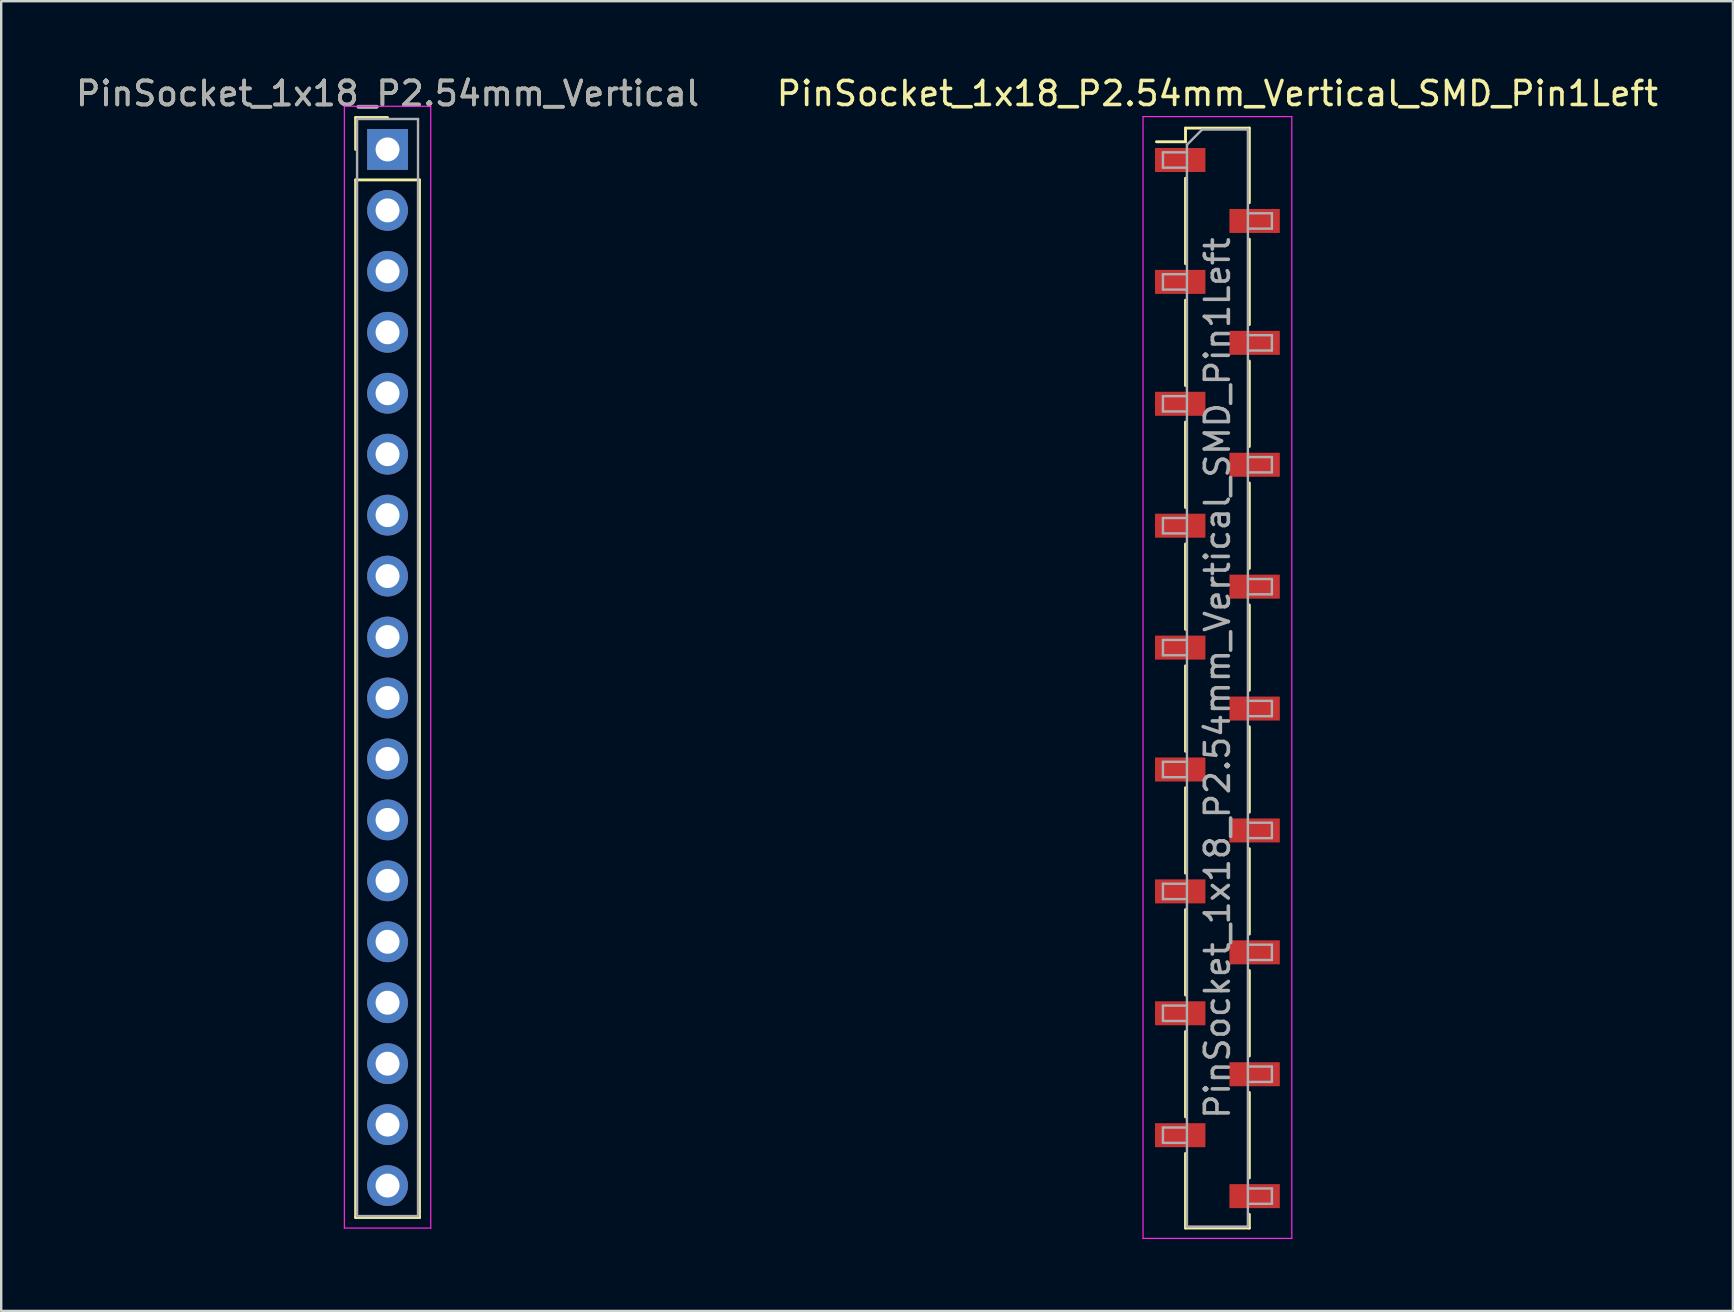
<source format=kicad_pcb>
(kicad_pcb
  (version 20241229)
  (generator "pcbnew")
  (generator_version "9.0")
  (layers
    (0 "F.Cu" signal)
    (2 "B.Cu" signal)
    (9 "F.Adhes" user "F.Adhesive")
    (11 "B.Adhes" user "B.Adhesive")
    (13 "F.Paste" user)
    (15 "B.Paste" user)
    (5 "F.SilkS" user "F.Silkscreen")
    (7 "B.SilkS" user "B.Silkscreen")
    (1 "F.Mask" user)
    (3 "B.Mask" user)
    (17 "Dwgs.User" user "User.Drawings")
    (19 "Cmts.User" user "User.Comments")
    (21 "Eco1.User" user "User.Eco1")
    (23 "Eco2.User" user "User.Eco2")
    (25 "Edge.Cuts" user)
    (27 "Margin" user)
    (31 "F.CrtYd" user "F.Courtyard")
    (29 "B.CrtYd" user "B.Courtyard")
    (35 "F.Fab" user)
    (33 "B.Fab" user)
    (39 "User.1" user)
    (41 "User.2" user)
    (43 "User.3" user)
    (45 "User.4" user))
  (footprint "PinSocket_1x18_P2.54mm_Vertical_SMD_Pin1Left"
    (layer "F.Cu")
    (at 47.685 25.208)
    (property "Reference" "PinSocket_1x18_P2.54mm_Vertical_SMD_Pin1Left" (at 0 -24.36 0) (layer "F.SilkS") (effects (font (size 1 1) (thickness 0.15))))
    (attr smd)
    (fp_line (start -2.54 -22.35) (end -1.33 -22.35) (stroke (width 0.12) (type solid)) (layer "F.SilkS"))
    (fp_line (start -1.33 -22.92) (end -1.33 -22.35) (stroke (width 0.12) (type solid)) (layer "F.SilkS"))
    (fp_line (start -1.33 -22.92) (end 1.33 -22.92) (stroke (width 0.12) (type solid)) (layer "F.SilkS"))
    (fp_line (start -1.33 -20.83) (end -1.33 -17.27) (stroke (width 0.12) (type solid)) (layer "F.SilkS"))
    (fp_line (start -1.33 -15.75) (end -1.33 -12.19) (stroke (width 0.12) (type solid)) (layer "F.SilkS"))
    (fp_line (start -1.33 -10.67) (end -1.33 -7.11) (stroke (width 0.12) (type solid)) (layer "F.SilkS"))
    (fp_line (start -1.33 -5.59) (end -1.33 -2.03) (stroke (width 0.12) (type solid)) (layer "F.SilkS"))
    (fp_line (start -1.33 -0.51) (end -1.33 3.05) (stroke (width 0.12) (type solid)) (layer "F.SilkS"))
    (fp_line (start -1.33 4.57) (end -1.33 8.13) (stroke (width 0.12) (type solid)) (layer "F.SilkS"))
    (fp_line (start -1.33 9.65) (end -1.33 13.21) (stroke (width 0.12) (type solid)) (layer "F.SilkS"))
    (fp_line (start -1.33 14.73) (end -1.33 18.29) (stroke (width 0.12) (type solid)) (layer "F.SilkS"))
    (fp_line (start -1.33 19.81) (end -1.33 22.92) (stroke (width 0.12) (type solid)) (layer "F.SilkS"))
    (fp_line (start -1.33 22.92) (end 1.33 22.92) (stroke (width 0.12) (type solid)) (layer "F.SilkS"))
    (fp_line (start 1.33 -22.92) (end 1.33 -19.81) (stroke (width 0.12) (type solid)) (layer "F.SilkS"))
    (fp_line (start 1.33 -18.29) (end 1.33 -14.73) (stroke (width 0.12) (type solid)) (layer "F.SilkS"))
    (fp_line (start 1.33 -13.21) (end 1.33 -9.65) (stroke (width 0.12) (type solid)) (layer "F.SilkS"))
    (fp_line (start 1.33 -8.13) (end 1.33 -4.57) (stroke (width 0.12) (type solid)) (layer "F.SilkS"))
    (fp_line (start 1.33 -3.05) (end 1.33 0.51) (stroke (width 0.12) (type solid)) (layer "F.SilkS"))
    (fp_line (start 1.33 2.03) (end 1.33 5.59) (stroke (width 0.12) (type solid)) (layer "F.SilkS"))
    (fp_line (start 1.33 7.11) (end 1.33 10.67) (stroke (width 0.12) (type solid)) (layer "F.SilkS"))
    (fp_line (start 1.33 12.19) (end 1.33 15.75) (stroke (width 0.12) (type solid)) (layer "F.SilkS"))
    (fp_line (start 1.33 17.27) (end 1.33 20.83) (stroke (width 0.12) (type solid)) (layer "F.SilkS"))
    (fp_line (start 1.33 22.35) (end 1.33 22.92) (stroke (width 0.12) (type solid)) (layer "F.SilkS"))
    (fp_line (start -3.1 -23.4) (end 3.1 -23.4) (stroke (width 0.05) (type solid)) (layer "F.CrtYd"))
    (fp_line (start -3.1 23.35) (end -3.1 -23.4) (stroke (width 0.05) (type solid)) (layer "F.CrtYd"))
    (fp_line (start 3.1 -23.4) (end 3.1 23.35) (stroke (width 0.05) (type solid)) (layer "F.CrtYd"))
    (fp_line (start 3.1 23.35) (end -3.1 23.35) (stroke (width 0.05) (type solid)) (layer "F.CrtYd"))
    (fp_line (start -2.27 -21.91) (end -1.27 -21.91) (stroke (width 0.1) (type solid)) (layer "F.Fab"))
    (fp_line (start -2.27 -21.27) (end -2.27 -21.91) (stroke (width 0.1) (type solid)) (layer "F.Fab"))
    (fp_line (start -2.27 -16.83) (end -1.27 -16.83) (stroke (width 0.1) (type solid)) (layer "F.Fab"))
    (fp_line (start -2.27 -16.19) (end -2.27 -16.83) (stroke (width 0.1) (type solid)) (layer "F.Fab"))
    (fp_line (start -2.27 -11.75) (end -1.27 -11.75) (stroke (width 0.1) (type solid)) (layer "F.Fab"))
    (fp_line (start -2.27 -11.11) (end -2.27 -11.75) (stroke (width 0.1) (type solid)) (layer "F.Fab"))
    (fp_line (start -2.27 -6.67) (end -1.27 -6.67) (stroke (width 0.1) (type solid)) (layer "F.Fab"))
    (fp_line (start -2.27 -6.03) (end -2.27 -6.67) (stroke (width 0.1) (type solid)) (layer "F.Fab"))
    (fp_line (start -2.27 -1.59) (end -1.27 -1.59) (stroke (width 0.1) (type solid)) (layer "F.Fab"))
    (fp_line (start -2.27 -0.95) (end -2.27 -1.59) (stroke (width 0.1) (type solid)) (layer "F.Fab"))
    (fp_line (start -2.27 3.49) (end -1.27 3.49) (stroke (width 0.1) (type solid)) (layer "F.Fab"))
    (fp_line (start -2.27 4.13) (end -2.27 3.49) (stroke (width 0.1) (type solid)) (layer "F.Fab"))
    (fp_line (start -2.27 8.57) (end -1.27 8.57) (stroke (width 0.1) (type solid)) (layer "F.Fab"))
    (fp_line (start -2.27 9.21) (end -2.27 8.57) (stroke (width 0.1) (type solid)) (layer "F.Fab"))
    (fp_line (start -2.27 13.65) (end -1.27 13.65) (stroke (width 0.1) (type solid)) (layer "F.Fab"))
    (fp_line (start -2.27 14.29) (end -2.27 13.65) (stroke (width 0.1) (type solid)) (layer "F.Fab"))
    (fp_line (start -2.27 18.73) (end -1.27 18.73) (stroke (width 0.1) (type solid)) (layer "F.Fab"))
    (fp_line (start -2.27 19.37) (end -2.27 18.73) (stroke (width 0.1) (type solid)) (layer "F.Fab"))
    (fp_line (start -1.27 -22.225) (end -0.635 -22.86) (stroke (width 0.1) (type solid)) (layer "F.Fab"))
    (fp_line (start -1.27 -21.27) (end -2.27 -21.27) (stroke (width 0.1) (type solid)) (layer "F.Fab"))
    (fp_line (start -1.27 -16.19) (end -2.27 -16.19) (stroke (width 0.1) (type solid)) (layer "F.Fab"))
    (fp_line (start -1.27 -11.11) (end -2.27 -11.11) (stroke (width 0.1) (type solid)) (layer "F.Fab"))
    (fp_line (start -1.27 -6.03) (end -2.27 -6.03) (stroke (width 0.1) (type solid)) (layer "F.Fab"))
    (fp_line (start -1.27 -0.95) (end -2.27 -0.95) (stroke (width 0.1) (type solid)) (layer "F.Fab"))
    (fp_line (start -1.27 4.13) (end -2.27 4.13) (stroke (width 0.1) (type solid)) (layer "F.Fab"))
    (fp_line (start -1.27 9.21) (end -2.27 9.21) (stroke (width 0.1) (type solid)) (layer "F.Fab"))
    (fp_line (start -1.27 14.29) (end -2.27 14.29) (stroke (width 0.1) (type solid)) (layer "F.Fab"))
    (fp_line (start -1.27 19.37) (end -2.27 19.37) (stroke (width 0.1) (type solid)) (layer "F.Fab"))
    (fp_line (start -1.27 22.86) (end -1.27 -22.225) (stroke (width 0.1) (type solid)) (layer "F.Fab"))
    (fp_line (start -0.635 -22.86) (end 1.27 -22.86) (stroke (width 0.1) (type solid)) (layer "F.Fab"))
    (fp_line (start 1.27 -22.86) (end 1.27 22.86) (stroke (width 0.1) (type solid)) (layer "F.Fab"))
    (fp_line (start 1.27 -19.37) (end 2.27 -19.37) (stroke (width 0.1) (type solid)) (layer "F.Fab"))
    (fp_line (start 1.27 -14.29) (end 2.27 -14.29) (stroke (width 0.1) (type solid)) (layer "F.Fab"))
    (fp_line (start 1.27 -9.21) (end 2.27 -9.21) (stroke (width 0.1) (type solid)) (layer "F.Fab"))
    (fp_line (start 1.27 -4.13) (end 2.27 -4.13) (stroke (width 0.1) (type solid)) (layer "F.Fab"))
    (fp_line (start 1.27 0.95) (end 2.27 0.95) (stroke (width 0.1) (type solid)) (layer "F.Fab"))
    (fp_line (start 1.27 6.03) (end 2.27 6.03) (stroke (width 0.1) (type solid)) (layer "F.Fab"))
    (fp_line (start 1.27 11.11) (end 2.27 11.11) (stroke (width 0.1) (type solid)) (layer "F.Fab"))
    (fp_line (start 1.27 16.19) (end 2.27 16.19) (stroke (width 0.1) (type solid)) (layer "F.Fab"))
    (fp_line (start 1.27 21.27) (end 2.27 21.27) (stroke (width 0.1) (type solid)) (layer "F.Fab"))
    (fp_line (start 1.27 22.86) (end -1.27 22.86) (stroke (width 0.1) (type solid)) (layer "F.Fab"))
    (fp_line (start 2.27 -19.37) (end 2.27 -18.73) (stroke (width 0.1) (type solid)) (layer "F.Fab"))
    (fp_line (start 2.27 -18.73) (end 1.27 -18.73) (stroke (width 0.1) (type solid)) (layer "F.Fab"))
    (fp_line (start 2.27 -14.29) (end 2.27 -13.65) (stroke (width 0.1) (type solid)) (layer "F.Fab"))
    (fp_line (start 2.27 -13.65) (end 1.27 -13.65) (stroke (width 0.1) (type solid)) (layer "F.Fab"))
    (fp_line (start 2.27 -9.21) (end 2.27 -8.57) (stroke (width 0.1) (type solid)) (layer "F.Fab"))
    (fp_line (start 2.27 -8.57) (end 1.27 -8.57) (stroke (width 0.1) (type solid)) (layer "F.Fab"))
    (fp_line (start 2.27 -4.13) (end 2.27 -3.49) (stroke (width 0.1) (type solid)) (layer "F.Fab"))
    (fp_line (start 2.27 -3.49) (end 1.27 -3.49) (stroke (width 0.1) (type solid)) (layer "F.Fab"))
    (fp_line (start 2.27 0.95) (end 2.27 1.59) (stroke (width 0.1) (type solid)) (layer "F.Fab"))
    (fp_line (start 2.27 1.59) (end 1.27 1.59) (stroke (width 0.1) (type solid)) (layer "F.Fab"))
    (fp_line (start 2.27 6.03) (end 2.27 6.67) (stroke (width 0.1) (type solid)) (layer "F.Fab"))
    (fp_line (start 2.27 6.67) (end 1.27 6.67) (stroke (width 0.1) (type solid)) (layer "F.Fab"))
    (fp_line (start 2.27 11.11) (end 2.27 11.75) (stroke (width 0.1) (type solid)) (layer "F.Fab"))
    (fp_line (start 2.27 11.75) (end 1.27 11.75) (stroke (width 0.1) (type solid)) (layer "F.Fab"))
    (fp_line (start 2.27 16.19) (end 2.27 16.83) (stroke (width 0.1) (type solid)) (layer "F.Fab"))
    (fp_line (start 2.27 16.83) (end 1.27 16.83) (stroke (width 0.1) (type solid)) (layer "F.Fab"))
    (fp_line (start 2.27 21.27) (end 2.27 21.91) (stroke (width 0.1) (type solid)) (layer "F.Fab"))
    (fp_line (start 2.27 21.91) (end 1.27 21.91) (stroke (width 0.1) (type solid)) (layer "F.Fab"))
    (fp_text user "${REFERENCE}" (at 0 0 90) (layer "F.Fab") (effects (font (size 1 1) (thickness 0.15))))
    (pad "1" smd rect (at -1.55 -21.59) (size 2.1 1) (layers "F.Cu" "F.Mask" "F.Paste"))
    (pad "2" smd rect (at 1.55 -19.05) (size 2.1 1) (layers "F.Cu" "F.Mask" "F.Paste"))
    (pad "3" smd rect (at -1.55 -16.51) (size 2.1 1) (layers "F.Cu" "F.Mask" "F.Paste"))
    (pad "4" smd rect (at 1.55 -13.97) (size 2.1 1) (layers "F.Cu" "F.Mask" "F.Paste"))
    (pad "5" smd rect (at -1.55 -11.43) (size 2.1 1) (layers "F.Cu" "F.Mask" "F.Paste"))
    (pad "6" smd rect (at 1.55 -8.89) (size 2.1 1) (layers "F.Cu" "F.Mask" "F.Paste"))
    (pad "7" smd rect (at -1.55 -6.35) (size 2.1 1) (layers "F.Cu" "F.Mask" "F.Paste"))
    (pad "8" smd rect (at 1.55 -3.81) (size 2.1 1) (layers "F.Cu" "F.Mask" "F.Paste"))
    (pad "9" smd rect (at -1.55 -1.27) (size 2.1 1) (layers "F.Cu" "F.Mask" "F.Paste"))
    (pad "10" smd rect (at 1.55 1.27) (size 2.1 1) (layers "F.Cu" "F.Mask" "F.Paste"))
    (pad "11" smd rect (at -1.55 3.81) (size 2.1 1) (layers "F.Cu" "F.Mask" "F.Paste"))
    (pad "12" smd rect (at 1.55 6.35) (size 2.1 1) (layers "F.Cu" "F.Mask" "F.Paste"))
    (pad "13" smd rect (at -1.55 8.89) (size 2.1 1) (layers "F.Cu" "F.Mask" "F.Paste"))
    (pad "14" smd rect (at 1.55 11.43) (size 2.1 1) (layers "F.Cu" "F.Mask" "F.Paste"))
    (pad "15" smd rect (at -1.55 13.97) (size 2.1 1) (layers "F.Cu" "F.Mask" "F.Paste"))
    (pad "16" smd rect (at 1.55 16.51) (size 2.1 1) (layers "F.Cu" "F.Mask" "F.Paste"))
    (pad "17" smd rect (at -1.55 19.05) (size 2.1 1) (layers "F.Cu" "F.Mask" "F.Paste"))
    (pad "18" smd rect (at 1.55 21.59) (size 2.1 1) (layers "F.Cu" "F.Mask" "F.Paste")))
  (footprint "PinSocket_1x18_P2.54mm_Vertical"
    (layer "F.Cu")
    (at 13.101 3.178)
    (property "Reference" "PinSocket_1x18_P2.54mm_Vertical" (at 0 -2.33 0) (layer "F.SilkS") (effects (font (size 1 1) (thickness 0.15))))
    (attr through_hole)
    (fp_line (start -1.33 -1.33) (end 0 -1.33) (stroke (width 0.12) (type solid)) (layer "F.SilkS"))
    (fp_line (start -1.33 0) (end -1.33 -1.33) (stroke (width 0.12) (type solid)) (layer "F.SilkS"))
    (fp_line (start -1.33 1.27) (end -1.33 44.51) (stroke (width 0.12) (type solid)) (layer "F.SilkS"))
    (fp_line (start -1.33 44.51) (end 1.33 44.51) (stroke (width 0.12) (type solid)) (layer "F.SilkS"))
    (fp_line (start 1.33 1.27) (end -1.33 1.27) (stroke (width 0.12) (type solid)) (layer "F.SilkS"))
    (fp_line (start 1.33 44.51) (end 1.33 1.27) (stroke (width 0.12) (type solid)) (layer "F.SilkS"))
    (fp_line (start -1.8 -1.8) (end -1.8 44.95) (stroke (width 0.05) (type solid)) (layer "F.CrtYd"))
    (fp_line (start -1.8 44.95) (end 1.8 44.95) (stroke (width 0.05) (type solid)) (layer "F.CrtYd"))
    (fp_line (start 1.8 -1.8) (end -1.8 -1.8) (stroke (width 0.05) (type solid)) (layer "F.CrtYd"))
    (fp_line (start 1.8 44.95) (end 1.8 -1.8) (stroke (width 0.05) (type solid)) (layer "F.CrtYd"))
    (fp_line (start -1.27 -1.27) (end -1.27 44.45) (stroke (width 0.1) (type solid)) (layer "F.Fab"))
    (fp_line (start -1.27 44.45) (end 1.27 44.45) (stroke (width 0.1) (type solid)) (layer "F.Fab"))
    (fp_line (start 1.27 -1.27) (end -1.27 -1.27) (stroke (width 0.1) (type solid)) (layer "F.Fab"))
    (fp_line (start 1.27 44.45) (end 1.27 -1.27) (stroke (width 0.1) (type solid)) (layer "F.Fab"))
    (fp_text user "${REFERENCE}" (at 0 -2.33 0) (layer "F.Fab") (effects (font (size 1 1) (thickness 0.15))))
    (pad "1" thru_hole rect (at 0 0) (size 1.7 1.7) (drill 1) (layers "*.Cu" "*.Mask"))
    (pad "2" thru_hole oval (at 0 2.54) (size 1.7 1.7) (drill 1) (layers "*.Cu" "*.Mask"))
    (pad "3" thru_hole oval (at 0 5.08) (size 1.7 1.7) (drill 1) (layers "*.Cu" "*.Mask"))
    (pad "4" thru_hole oval (at 0 7.62) (size 1.7 1.7) (drill 1) (layers "*.Cu" "*.Mask"))
    (pad "5" thru_hole oval (at 0 10.16) (size 1.7 1.7) (drill 1) (layers "*.Cu" "*.Mask"))
    (pad "6" thru_hole oval (at 0 12.7) (size 1.7 1.7) (drill 1) (layers "*.Cu" "*.Mask"))
    (pad "7" thru_hole oval (at 0 15.24) (size 1.7 1.7) (drill 1) (layers "*.Cu" "*.Mask"))
    (pad "8" thru_hole oval (at 0 17.78) (size 1.7 1.7) (drill 1) (layers "*.Cu" "*.Mask"))
    (pad "9" thru_hole oval (at 0 20.32) (size 1.7 1.7) (drill 1) (layers "*.Cu" "*.Mask"))
    (pad "10" thru_hole oval (at 0 22.86) (size 1.7 1.7) (drill 1) (layers "*.Cu" "*.Mask"))
    (pad "11" thru_hole oval (at 0 25.4) (size 1.7 1.7) (drill 1) (layers "*.Cu" "*.Mask"))
    (pad "12" thru_hole oval (at 0 27.94) (size 1.7 1.7) (drill 1) (layers "*.Cu" "*.Mask"))
    (pad "13" thru_hole oval (at 0 30.48) (size 1.7 1.7) (drill 1) (layers "*.Cu" "*.Mask"))
    (pad "14" thru_hole oval (at 0 33.02) (size 1.7 1.7) (drill 1) (layers "*.Cu" "*.Mask"))
    (pad "15" thru_hole oval (at 0 35.56) (size 1.7 1.7) (drill 1) (layers "*.Cu" "*.Mask"))
    (pad "16" thru_hole oval (at 0 38.1) (size 1.7 1.7) (drill 1) (layers "*.Cu" "*.Mask"))
    (pad "17" thru_hole oval (at 0 40.64) (size 1.7 1.7) (drill 1) (layers "*.Cu" "*.Mask"))
    (pad "18" thru_hole oval (at 0 43.18) (size 1.7 1.7) (drill 1) (layers "*.Cu" "*.Mask")))
  (gr_rect
    (start -3 -3)
    (end 69.167 51.583)
    (stroke (width 0.1) (type default))
    (fill no)
    (layer "Edge.Cuts")))
</source>
